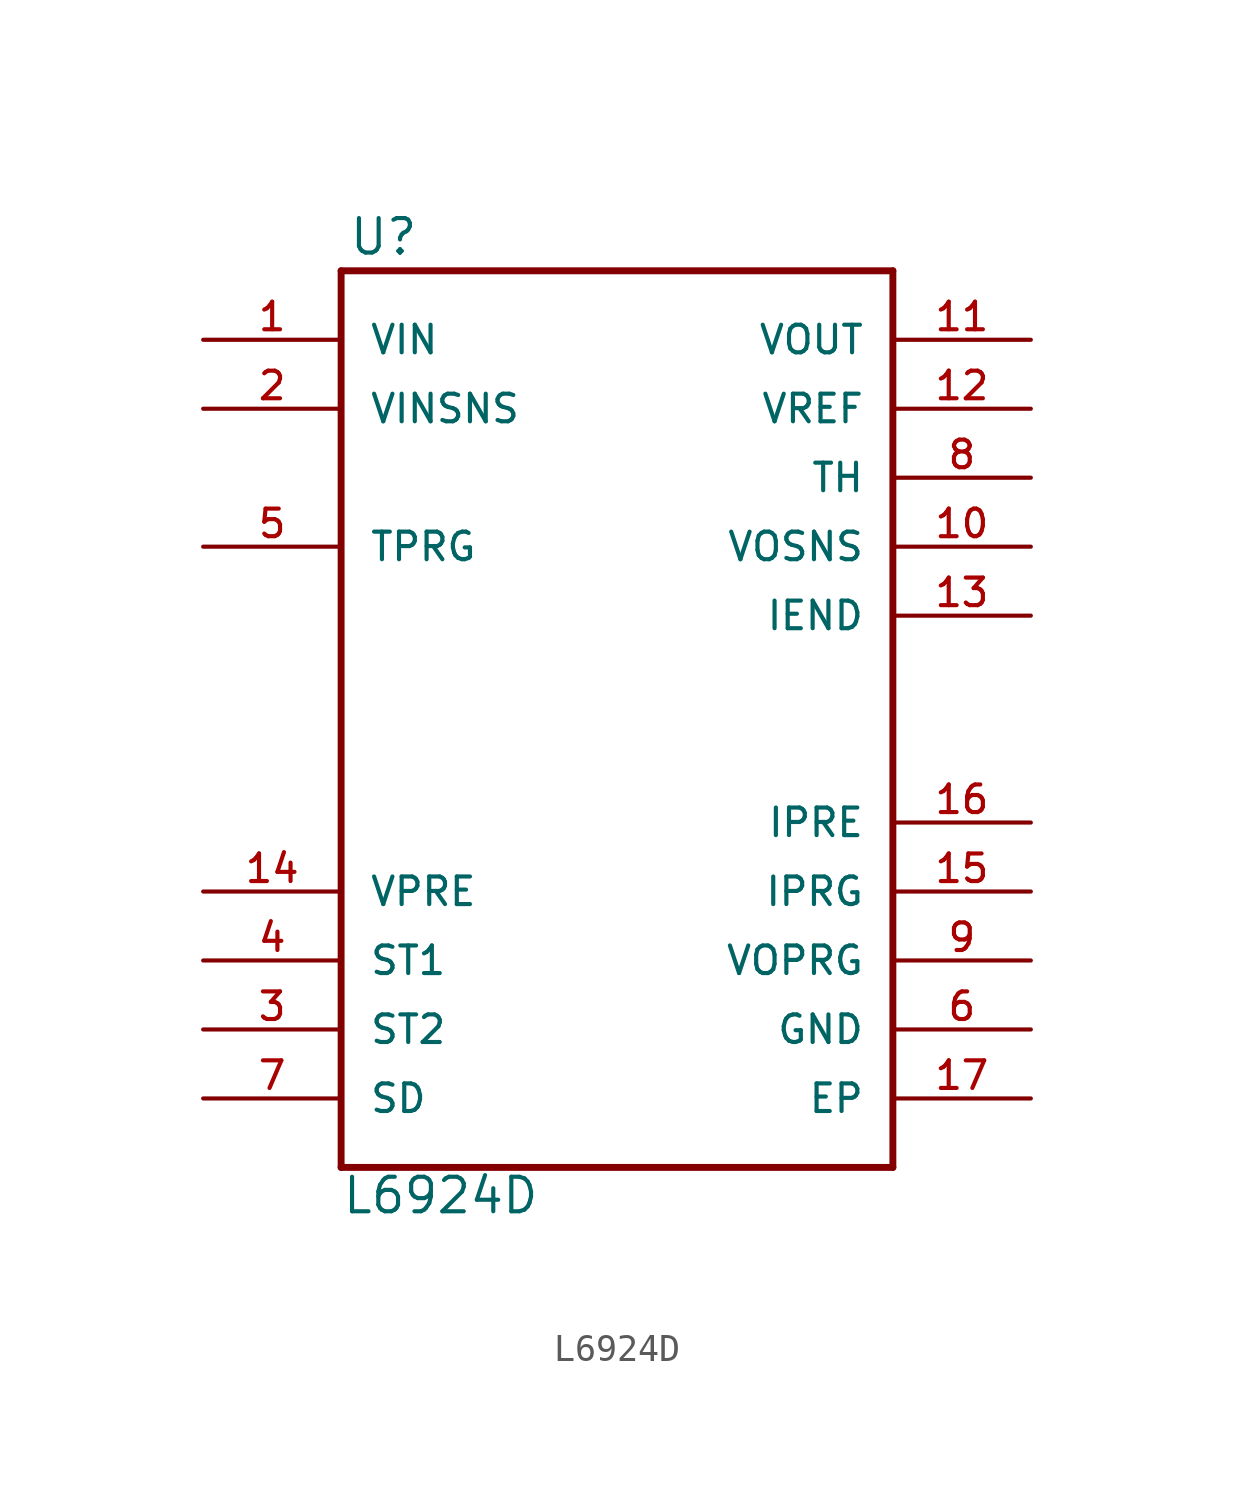
<source format=kicad_sym>
(kicad_symbol_lib
  (version 20201005)
  (generator kicad_symbol_editor)
  (symbol "L6924D"
    (pin_names
      (offset 1.016))
    (property "Reference" "U"
      (at -9.906 15.748 0)
      (effects (font (size 1.27 1.27)) (justify left bottom)))
    (property "Value" "L6924D"
      (at -10.16 -19.558 0)
      (effects (font (size 1.27 1.27)) (justify left bottom)))
    (property "ki_locked" ""
      (at 0 0 0)
      (effects (font (size 1.27 1.27))))
    (symbol "L6924D_0_0"
      (polyline (pts (xy -10.16 -17.78) (xy 10.16 -17.78)) (stroke (width 0.254)) (fill (type none)))
      (polyline (pts (xy -10.16 15.24) (xy -10.16 -17.78)) (stroke (width 0.254)) (fill (type none)))
      (polyline (pts (xy 10.16 -17.78) (xy 10.16 15.24)) (stroke (width 0.254)) (fill (type none)))
      (polyline (pts (xy 10.16 15.24) (xy -10.16 15.24)) (stroke (width 0.254)) (fill (type none)))
      (pin input line (at -15.24 12.7 0) (length 5.08) (name "VIN" (effects (font (size 1.016 1.016)))) (number "1" (effects (font (size 1.016 1.016)))))
      (pin input line (at 15.24 5.08 180) (length 5.08) (name "VOSNS" (effects (font (size 1.016 1.016)))) (number "10" (effects (font (size 1.016 1.016)))))
      (pin output line (at 15.24 12.7 180) (length 5.08) (name "VOUT" (effects (font (size 1.016 1.016)))) (number "11" (effects (font (size 1.016 1.016)))))
      (pin output line (at 15.24 10.16 180) (length 5.08) (name "VREF" (effects (font (size 1.016 1.016)))) (number "12" (effects (font (size 1.016 1.016)))))
      (pin input line (at 15.24 2.54 180) (length 5.08) (name "IEND" (effects (font (size 1.016 1.016)))) (number "13" (effects (font (size 1.016 1.016)))))
      (pin bidirectional line (at -15.24 -7.62 0) (length 5.08) (name "VPRE" (effects (font (size 1.016 1.016)))) (number "14" (effects (font (size 1.016 1.016)))))
      (pin input line (at 15.24 -7.62 180) (length 5.08) (name "IPRG" (effects (font (size 1.016 1.016)))) (number "15" (effects (font (size 1.016 1.016)))))
      (pin input line (at 15.24 -5.08 180) (length 5.08) (name "IPRE" (effects (font (size 1.016 1.016)))) (number "16" (effects (font (size 1.016 1.016)))))
      (pin power_in line (at 15.24 -15.24 180) (length 5.08) (name "EP" (effects (font (size 1.016 1.016)))) (number "17" (effects (font (size 1.016 1.016)))))
      (pin input line (at -15.24 10.16 0) (length 5.08) (name "VINSNS" (effects (font (size 1.016 1.016)))) (number "2" (effects (font (size 1.016 1.016)))))
      (pin output line (at -15.24 -12.7 0) (length 5.08) (name "ST2" (effects (font (size 1.016 1.016)))) (number "3" (effects (font (size 1.016 1.016)))))
      (pin output line (at -15.24 -10.16 0) (length 5.08) (name "ST1" (effects (font (size 1.016 1.016)))) (number "4" (effects (font (size 1.016 1.016)))))
      (pin input line (at -15.24 5.08 0) (length 5.08) (name "TPRG" (effects (font (size 1.016 1.016)))) (number "5" (effects (font (size 1.016 1.016)))))
      (pin power_in line (at 15.24 -12.7 180) (length 5.08) (name "GND" (effects (font (size 1.016 1.016)))) (number "6" (effects (font (size 1.016 1.016)))))
      (pin input line (at -15.24 -15.24 0) (length 5.08) (name "SD" (effects (font (size 1.016 1.016)))) (number "7" (effects (font (size 1.016 1.016)))))
      (pin input line (at 15.24 7.62 180) (length 5.08) (name "TH" (effects (font (size 1.016 1.016)))) (number "8" (effects (font (size 1.016 1.016)))))
      (pin input line (at 15.24 -10.16 180) (length 5.08) (name "VOPRG" (effects (font (size 1.016 1.016)))) (number "9" (effects (font (size 1.016 1.016))))))))
</source>
